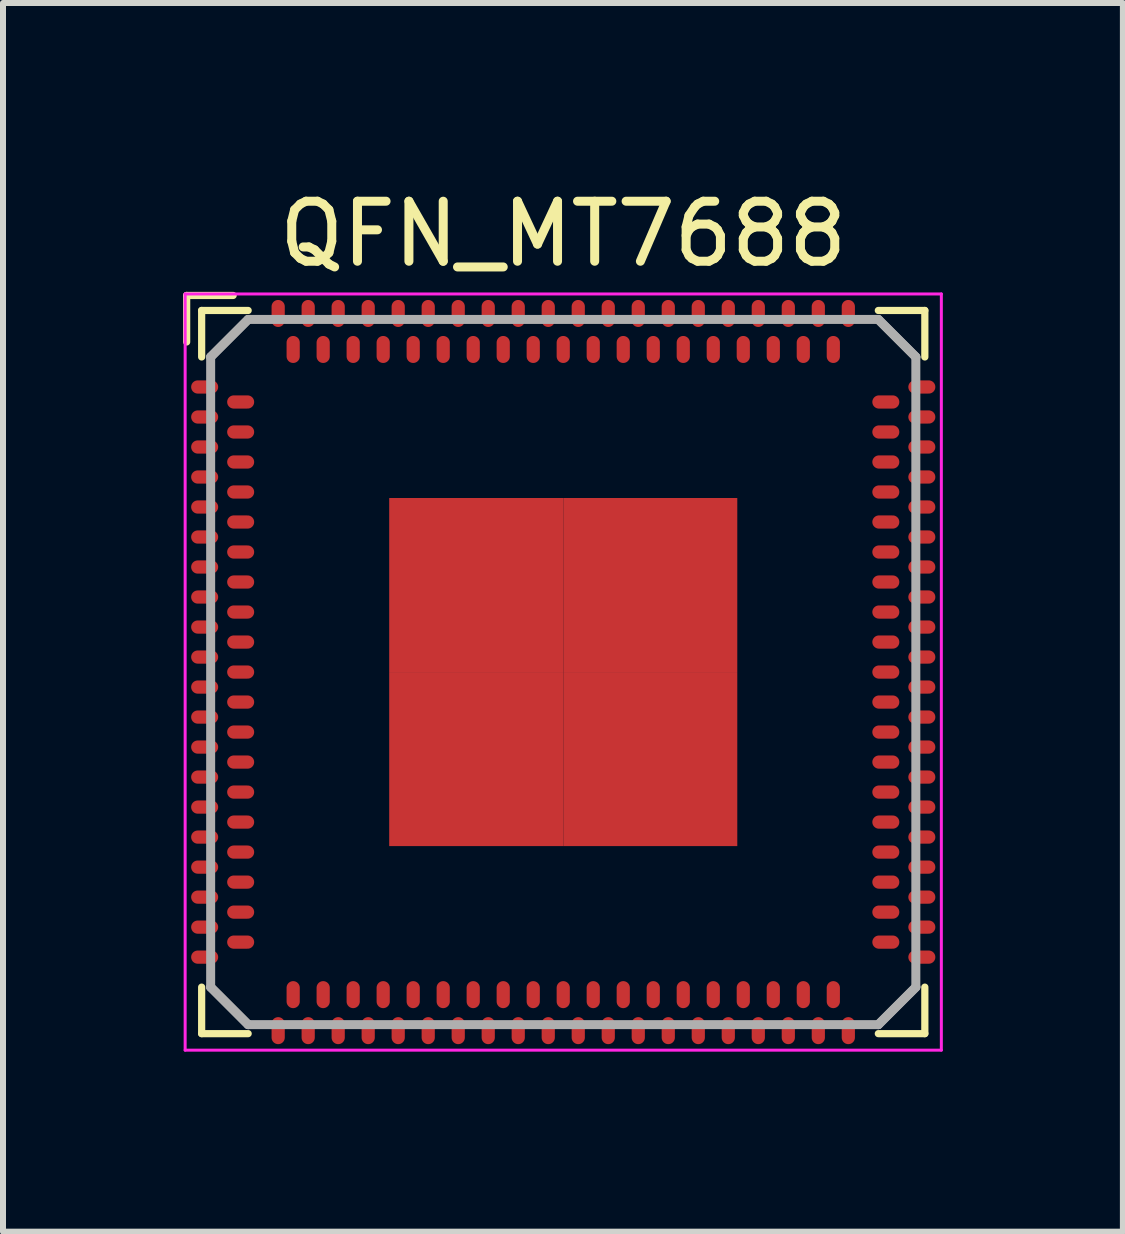
<source format=kicad_pcb>
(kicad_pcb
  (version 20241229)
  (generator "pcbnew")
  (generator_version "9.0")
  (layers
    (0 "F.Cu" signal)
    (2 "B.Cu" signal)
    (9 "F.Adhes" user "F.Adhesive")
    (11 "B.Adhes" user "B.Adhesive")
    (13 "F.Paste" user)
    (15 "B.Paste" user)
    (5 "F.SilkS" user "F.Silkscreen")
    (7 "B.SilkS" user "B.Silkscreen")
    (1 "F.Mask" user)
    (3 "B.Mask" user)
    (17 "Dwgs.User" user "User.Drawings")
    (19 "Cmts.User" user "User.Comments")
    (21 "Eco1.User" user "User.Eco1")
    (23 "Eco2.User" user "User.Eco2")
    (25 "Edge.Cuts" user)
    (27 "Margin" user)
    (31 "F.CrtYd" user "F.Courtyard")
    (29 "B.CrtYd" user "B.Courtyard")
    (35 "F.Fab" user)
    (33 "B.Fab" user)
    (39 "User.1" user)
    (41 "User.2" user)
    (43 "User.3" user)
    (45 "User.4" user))
  (footprint "QFN_MT7688"
    (layer "F.Cu")
    (at 6.335 8.148)
    (property "Reference" "QFN_MT7688" (at 0 -7.3 0) (layer "F.SilkS") (effects (font (size 1 1) (thickness 0.15))))
    (attr smd)
    (fp_line (start -6.275 -6.275) (end -5.5 -6.275) (stroke (width 0.12) (type solid)) (layer "F.SilkS"))
    (fp_line (start -6.275 -5.5) (end -6.275 -6.275) (stroke (width 0.12) (type solid)) (layer "F.SilkS"))
    (fp_line (start -6.025 -6.025) (end -5.25 -6.025) (stroke (width 0.12) (type solid)) (layer "F.SilkS"))
    (fp_line (start -6.025 -5.25) (end -6.025 -6.025) (stroke (width 0.12) (type solid)) (layer "F.SilkS"))
    (fp_line (start -6.025 6.025) (end -6.025 5.25) (stroke (width 0.12) (type solid)) (layer "F.SilkS"))
    (fp_line (start -5.25 6.025) (end -6.025 6.025) (stroke (width 0.12) (type solid)) (layer "F.SilkS"))
    (fp_line (start 5.25 -6.025) (end 6.025 -6.025) (stroke (width 0.12) (type solid)) (layer "F.SilkS"))
    (fp_line (start 5.25 6.025) (end 6.025 6.025) (stroke (width 0.12) (type solid)) (layer "F.SilkS"))
    (fp_line (start 6.025 -6.025) (end 6.025 -5.25) (stroke (width 0.12) (type solid)) (layer "F.SilkS"))
    (fp_line (start 6.025 6.025) (end 6.025 5.25) (stroke (width 0.12) (type solid)) (layer "F.SilkS"))
    (fp_line (start -6.3 -6.3) (end 6.3 -6.3) (stroke (width 0.05) (type solid)) (layer "F.CrtYd"))
    (fp_line (start -6.3 6.3) (end -6.3 -6.3) (stroke (width 0.05) (type solid)) (layer "F.CrtYd"))
    (fp_line (start 6.3 -6.3) (end 6.3 6.3) (stroke (width 0.05) (type solid)) (layer "F.CrtYd"))
    (fp_line (start 6.3 6.3) (end -6.3 6.3) (stroke (width 0.05) (type solid)) (layer "F.CrtYd"))
    (fp_line (start -5.875 -5.25) (end -5.875 5.25) (stroke (width 0.15) (type solid)) (layer "F.Fab"))
    (fp_line (start -5.875 5.25) (end -5.25 5.875) (stroke (width 0.15) (type solid)) (layer "F.Fab"))
    (fp_line (start -5.875 5.25) (end -5.25 5.875) (stroke (width 0.15) (type solid)) (layer "F.Fab"))
    (fp_line (start -5.25 -5.875) (end -5.875 -5.25) (stroke (width 0.15) (type solid)) (layer "F.Fab"))
    (fp_line (start -5.25 -5.875) (end -5.875 -5.25) (stroke (width 0.15) (type solid)) (layer "F.Fab"))
    (fp_line (start -5.25 5.875) (end 5.25 5.875) (stroke (width 0.15) (type solid)) (layer "F.Fab"))
    (fp_line (start 5.25 -5.875) (end -5.25 -5.875) (stroke (width 0.15) (type solid)) (layer "F.Fab"))
    (fp_line (start 5.25 5.875) (end 5.875 5.25) (stroke (width 0.15) (type solid)) (layer "F.Fab"))
    (fp_line (start 5.25 5.875) (end 5.875 5.25) (stroke (width 0.15) (type solid)) (layer "F.Fab"))
    (fp_line (start 5.875 -5.25) (end 5.25 -5.875) (stroke (width 0.15) (type solid)) (layer "F.Fab"))
    (fp_line (start 5.875 -5.25) (end 5.25 -5.875) (stroke (width 0.15) (type solid)) (layer "F.Fab"))
    (fp_line (start 5.875 5.25) (end 5.875 -5.25) (stroke (width 0.15) (type solid)) (layer "F.Fab"))
    (pad "1" smd oval (at -5.975 -4.75 90) (size 0.22 0.45) (layers "F.Cu" "F.Mask" "F.Paste"))
    (pad "2" smd oval (at -5.375 -4.5 90) (size 0.22 0.45) (layers "F.Cu" "F.Mask" "F.Paste"))
    (pad "3" smd oval (at -5.975 -4.25 90) (size 0.22 0.45) (layers "F.Cu" "F.Mask" "F.Paste"))
    (pad "4" smd oval (at -5.375 -4 90) (size 0.22 0.45) (layers "F.Cu" "F.Mask" "F.Paste"))
    (pad "5" smd oval (at -5.975 -3.75 90) (size 0.22 0.45) (layers "F.Cu" "F.Mask" "F.Paste"))
    (pad "6" smd oval (at -5.375 -3.5 90) (size 0.22 0.45) (layers "F.Cu" "F.Mask" "F.Paste"))
    (pad "7" smd oval (at -5.975 -3.25 90) (size 0.22 0.45) (layers "F.Cu" "F.Mask" "F.Paste"))
    (pad "8" smd oval (at -5.375 -3 90) (size 0.22 0.45) (layers "F.Cu" "F.Mask" "F.Paste"))
    (pad "9" smd oval (at -5.975 -2.75 90) (size 0.22 0.45) (layers "F.Cu" "F.Mask" "F.Paste"))
    (pad "10" smd oval (at -5.375 -2.5 90) (size 0.22 0.45) (layers "F.Cu" "F.Mask" "F.Paste"))
    (pad "11" smd oval (at -5.975 -2.25 90) (size 0.22 0.45) (layers "F.Cu" "F.Mask" "F.Paste"))
    (pad "12" smd oval (at -5.375 -2 90) (size 0.22 0.45) (layers "F.Cu" "F.Mask" "F.Paste"))
    (pad "13" smd oval (at -5.975 -1.75 90) (size 0.22 0.45) (layers "F.Cu" "F.Mask" "F.Paste"))
    (pad "14" smd oval (at -5.375 -1.5 90) (size 0.22 0.45) (layers "F.Cu" "F.Mask" "F.Paste"))
    (pad "15" smd oval (at -5.975 -1.25 90) (size 0.22 0.45) (layers "F.Cu" "F.Mask" "F.Paste"))
    (pad "16" smd oval (at -5.375 -1 90) (size 0.22 0.45) (layers "F.Cu" "F.Mask" "F.Paste"))
    (pad "17" smd oval (at -5.975 -0.75 90) (size 0.22 0.45) (layers "F.Cu" "F.Mask" "F.Paste"))
    (pad "18" smd oval (at -5.375 -0.5 90) (size 0.22 0.45) (layers "F.Cu" "F.Mask" "F.Paste"))
    (pad "19" smd oval (at -5.975 -0.25 90) (size 0.22 0.45) (layers "F.Cu" "F.Mask" "F.Paste"))
    (pad "20" smd oval (at -5.375 0 90) (size 0.22 0.45) (layers "F.Cu" "F.Mask" "F.Paste"))
    (pad "21" smd oval (at -5.975 0.25 90) (size 0.22 0.45) (layers "F.Cu" "F.Mask" "F.Paste"))
    (pad "22" smd oval (at -5.375 0.5 90) (size 0.22 0.45) (layers "F.Cu" "F.Mask" "F.Paste"))
    (pad "23" smd oval (at -5.975 0.75 90) (size 0.22 0.45) (layers "F.Cu" "F.Mask" "F.Paste"))
    (pad "24" smd oval (at -5.375 1 90) (size 0.22 0.45) (layers "F.Cu" "F.Mask" "F.Paste"))
    (pad "25" smd oval (at -5.975 1.25 90) (size 0.22 0.45) (layers "F.Cu" "F.Mask" "F.Paste"))
    (pad "26" smd oval (at -5.375 1.5 90) (size 0.22 0.45) (layers "F.Cu" "F.Mask" "F.Paste"))
    (pad "27" smd oval (at -5.975 1.75 90) (size 0.22 0.45) (layers "F.Cu" "F.Mask" "F.Paste"))
    (pad "28" smd oval (at -5.375 2 90) (size 0.22 0.45) (layers "F.Cu" "F.Mask" "F.Paste"))
    (pad "29" smd oval (at -5.975 2.25 90) (size 0.22 0.45) (layers "F.Cu" "F.Mask" "F.Paste"))
    (pad "30" smd oval (at -5.375 2.5 90) (size 0.22 0.45) (layers "F.Cu" "F.Mask" "F.Paste"))
    (pad "31" smd oval (at -5.975 2.75 90) (size 0.22 0.45) (layers "F.Cu" "F.Mask" "F.Paste"))
    (pad "32" smd oval (at -5.375 3 90) (size 0.22 0.45) (layers "F.Cu" "F.Mask" "F.Paste"))
    (pad "33" smd oval (at -5.975 3.25 90) (size 0.22 0.45) (layers "F.Cu" "F.Mask" "F.Paste"))
    (pad "34" smd oval (at -5.375 3.5 90) (size 0.22 0.45) (layers "F.Cu" "F.Mask" "F.Paste"))
    (pad "35" smd oval (at -5.975 3.75 90) (size 0.22 0.45) (layers "F.Cu" "F.Mask" "F.Paste"))
    (pad "36" smd oval (at -5.375 4 90) (size 0.22 0.45) (layers "F.Cu" "F.Mask" "F.Paste"))
    (pad "37" smd oval (at -5.975 4.25 90) (size 0.22 0.45) (layers "F.Cu" "F.Mask" "F.Paste"))
    (pad "38" smd oval (at -5.375 4.5 90) (size 0.22 0.45) (layers "F.Cu" "F.Mask" "F.Paste"))
    (pad "39" smd oval (at -5.975 4.75 90) (size 0.22 0.45) (layers "F.Cu" "F.Mask" "F.Paste"))
    (pad "40" smd oval (at -4.75 5.975) (size 0.22 0.45) (layers "F.Cu" "F.Mask" "F.Paste"))
    (pad "41" smd oval (at -4.5 5.375) (size 0.22 0.45) (layers "F.Cu" "F.Mask" "F.Paste"))
    (pad "42" smd oval (at -4.25 5.975) (size 0.22 0.45) (layers "F.Cu" "F.Mask" "F.Paste"))
    (pad "43" smd oval (at -4 5.375) (size 0.22 0.45) (layers "F.Cu" "F.Mask" "F.Paste"))
    (pad "44" smd oval (at -3.75 5.975) (size 0.22 0.45) (layers "F.Cu" "F.Mask" "F.Paste"))
    (pad "45" smd oval (at -3.5 5.375) (size 0.22 0.45) (layers "F.Cu" "F.Mask" "F.Paste"))
    (pad "46" smd oval (at -3.25 5.975) (size 0.22 0.45) (layers "F.Cu" "F.Mask" "F.Paste"))
    (pad "47" smd oval (at -3 5.375) (size 0.22 0.45) (layers "F.Cu" "F.Mask" "F.Paste"))
    (pad "48" smd oval (at -2.75 5.975) (size 0.22 0.45) (layers "F.Cu" "F.Mask" "F.Paste"))
    (pad "49" smd oval (at -2.5 5.375) (size 0.22 0.45) (layers "F.Cu" "F.Mask" "F.Paste"))
    (pad "50" smd oval (at -2.25 5.975) (size 0.22 0.45) (layers "F.Cu" "F.Mask" "F.Paste"))
    (pad "51" smd oval (at -2 5.375) (size 0.22 0.45) (layers "F.Cu" "F.Mask" "F.Paste"))
    (pad "52" smd oval (at -1.75 5.975) (size 0.22 0.45) (layers "F.Cu" "F.Mask" "F.Paste"))
    (pad "53" smd oval (at -1.5 5.375) (size 0.22 0.45) (layers "F.Cu" "F.Mask" "F.Paste"))
    (pad "54" smd oval (at -1.25 5.975) (size 0.22 0.45) (layers "F.Cu" "F.Mask" "F.Paste"))
    (pad "55" smd oval (at -1 5.375) (size 0.22 0.45) (layers "F.Cu" "F.Mask" "F.Paste"))
    (pad "56" smd oval (at -0.75 5.975) (size 0.22 0.45) (layers "F.Cu" "F.Mask" "F.Paste"))
    (pad "57" smd oval (at -0.5 5.375) (size 0.22 0.45) (layers "F.Cu" "F.Mask" "F.Paste"))
    (pad "58" smd oval (at -0.25 5.975) (size 0.22 0.45) (layers "F.Cu" "F.Mask" "F.Paste"))
    (pad "59" smd oval (at 0 5.375) (size 0.22 0.45) (layers "F.Cu" "F.Mask" "F.Paste"))
    (pad "60" smd oval (at 0.25 5.975) (size 0.22 0.45) (layers "F.Cu" "F.Mask" "F.Paste"))
    (pad "61" smd oval (at 0.5 5.375) (size 0.22 0.45) (layers "F.Cu" "F.Mask" "F.Paste"))
    (pad "62" smd oval (at 0.75 5.975) (size 0.22 0.45) (layers "F.Cu" "F.Mask" "F.Paste"))
    (pad "63" smd oval (at 1 5.375) (size 0.22 0.45) (layers "F.Cu" "F.Mask" "F.Paste"))
    (pad "64" smd oval (at 1.25 5.975) (size 0.22 0.45) (layers "F.Cu" "F.Mask" "F.Paste"))
    (pad "65" smd oval (at 1.5 5.375) (size 0.22 0.45) (layers "F.Cu" "F.Mask" "F.Paste"))
    (pad "66" smd oval (at 1.75 5.975) (size 0.22 0.45) (layers "F.Cu" "F.Mask" "F.Paste"))
    (pad "67" smd oval (at 2 5.375) (size 0.22 0.45) (layers "F.Cu" "F.Mask" "F.Paste"))
    (pad "68" smd oval (at 2.25 5.975) (size 0.22 0.45) (layers "F.Cu" "F.Mask" "F.Paste"))
    (pad "69" smd oval (at 2.5 5.375) (size 0.22 0.45) (layers "F.Cu" "F.Mask" "F.Paste"))
    (pad "70" smd oval (at 2.75 5.975) (size 0.22 0.45) (layers "F.Cu" "F.Mask" "F.Paste"))
    (pad "71" smd oval (at 3 5.375) (size 0.22 0.45) (layers "F.Cu" "F.Mask" "F.Paste"))
    (pad "72" smd oval (at 3.25 5.975) (size 0.22 0.45) (layers "F.Cu" "F.Mask" "F.Paste"))
    (pad "73" smd oval (at 3.5 5.375) (size 0.22 0.45) (layers "F.Cu" "F.Mask" "F.Paste"))
    (pad "74" smd oval (at 3.75 5.975) (size 0.22 0.45) (layers "F.Cu" "F.Mask" "F.Paste"))
    (pad "75" smd oval (at 4 5.375) (size 0.22 0.45) (layers "F.Cu" "F.Mask" "F.Paste"))
    (pad "76" smd oval (at 4.25 5.975) (size 0.22 0.45) (layers "F.Cu" "F.Mask" "F.Paste"))
    (pad "77" smd oval (at 4.5 5.375) (size 0.22 0.45) (layers "F.Cu" "F.Mask" "F.Paste"))
    (pad "78" smd oval (at 4.75 5.975) (size 0.22 0.45) (layers "F.Cu" "F.Mask" "F.Paste"))
    (pad "79" smd oval (at 5.975 4.75 90) (size 0.22 0.45) (layers "F.Cu" "F.Mask" "F.Paste"))
    (pad "80" smd oval (at 5.375 4.5 90) (size 0.22 0.45) (layers "F.Cu" "F.Mask" "F.Paste"))
    (pad "81" smd oval (at 5.975 4.25 90) (size 0.22 0.45) (layers "F.Cu" "F.Mask" "F.Paste"))
    (pad "82" smd oval (at 5.375 4 90) (size 0.22 0.45) (layers "F.Cu" "F.Mask" "F.Paste"))
    (pad "83" smd oval (at 5.975 3.75 90) (size 0.22 0.45) (layers "F.Cu" "F.Mask" "F.Paste"))
    (pad "84" smd oval (at 5.375 3.5 90) (size 0.22 0.45) (layers "F.Cu" "F.Mask" "F.Paste"))
    (pad "85" smd oval (at 5.975 3.25 90) (size 0.22 0.45) (layers "F.Cu" "F.Mask" "F.Paste"))
    (pad "86" smd oval (at 5.375 3 90) (size 0.22 0.45) (layers "F.Cu" "F.Mask" "F.Paste"))
    (pad "87" smd oval (at 5.975 2.75 90) (size 0.22 0.45) (layers "F.Cu" "F.Mask" "F.Paste"))
    (pad "88" smd oval (at 5.375 2.5 90) (size 0.22 0.45) (layers "F.Cu" "F.Mask" "F.Paste"))
    (pad "89" smd oval (at 5.975 2.25 90) (size 0.22 0.45) (layers "F.Cu" "F.Mask" "F.Paste"))
    (pad "90" smd oval (at 5.375 2 90) (size 0.22 0.45) (layers "F.Cu" "F.Mask" "F.Paste"))
    (pad "91" smd oval (at 5.975 1.75 90) (size 0.22 0.45) (layers "F.Cu" "F.Mask" "F.Paste"))
    (pad "92" smd oval (at 5.375 1.5 90) (size 0.22 0.45) (layers "F.Cu" "F.Mask" "F.Paste"))
    (pad "93" smd oval (at 5.975 1.25 90) (size 0.22 0.45) (layers "F.Cu" "F.Mask" "F.Paste"))
    (pad "94" smd oval (at 5.375 1 90) (size 0.22 0.45) (layers "F.Cu" "F.Mask" "F.Paste"))
    (pad "95" smd oval (at 5.975 0.75 90) (size 0.22 0.45) (layers "F.Cu" "F.Mask" "F.Paste"))
    (pad "96" smd oval (at 5.375 0.5 90) (size 0.22 0.45) (layers "F.Cu" "F.Mask" "F.Paste"))
    (pad "97" smd oval (at 5.975 0.25 90) (size 0.22 0.45) (layers "F.Cu" "F.Mask" "F.Paste"))
    (pad "98" smd oval (at 5.375 0 90) (size 0.22 0.45) (layers "F.Cu" "F.Mask" "F.Paste"))
    (pad "99" smd oval (at 5.975 -0.25 90) (size 0.22 0.45) (layers "F.Cu" "F.Mask" "F.Paste"))
    (pad "100" smd oval (at 5.375 -0.5 90) (size 0.22 0.45) (layers "F.Cu" "F.Mask" "F.Paste"))
    (pad "101" smd oval (at 5.975 -0.75 90) (size 0.22 0.45) (layers "F.Cu" "F.Mask" "F.Paste"))
    (pad "102" smd oval (at 5.375 -1 90) (size 0.22 0.45) (layers "F.Cu" "F.Mask" "F.Paste"))
    (pad "103" smd oval (at 5.975 -1.25 90) (size 0.22 0.45) (layers "F.Cu" "F.Mask" "F.Paste"))
    (pad "104" smd oval (at 5.375 -1.5 90) (size 0.22 0.45) (layers "F.Cu" "F.Mask" "F.Paste"))
    (pad "105" smd oval (at 5.975 -1.75 90) (size 0.22 0.45) (layers "F.Cu" "F.Mask" "F.Paste"))
    (pad "106" smd oval (at 5.375 -2 90) (size 0.22 0.45) (layers "F.Cu" "F.Mask" "F.Paste"))
    (pad "107" smd oval (at 5.975 -2.25 90) (size 0.22 0.45) (layers "F.Cu" "F.Mask" "F.Paste"))
    (pad "108" smd oval (at 5.375 -2.5 90) (size 0.22 0.45) (layers "F.Cu" "F.Mask" "F.Paste"))
    (pad "109" smd oval (at 5.975 -2.75 90) (size 0.22 0.45) (layers "F.Cu" "F.Mask" "F.Paste"))
    (pad "110" smd oval (at 5.375 -3 90) (size 0.22 0.45) (layers "F.Cu" "F.Mask" "F.Paste"))
    (pad "111" smd oval (at 5.975 -3.25 90) (size 0.22 0.45) (layers "F.Cu" "F.Mask" "F.Paste"))
    (pad "112" smd oval (at 5.375 -3.5 90) (size 0.22 0.45) (layers "F.Cu" "F.Mask" "F.Paste"))
    (pad "113" smd oval (at 5.975 -3.75 90) (size 0.22 0.45) (layers "F.Cu" "F.Mask" "F.Paste"))
    (pad "114" smd oval (at 5.375 -4 90) (size 0.22 0.45) (layers "F.Cu" "F.Mask" "F.Paste"))
    (pad "115" smd oval (at 5.975 -4.25 90) (size 0.22 0.45) (layers "F.Cu" "F.Mask" "F.Paste"))
    (pad "116" smd oval (at 5.375 -4.5 90) (size 0.22 0.45) (layers "F.Cu" "F.Mask" "F.Paste"))
    (pad "117" smd oval (at 5.975 -4.75 90) (size 0.22 0.45) (layers "F.Cu" "F.Mask" "F.Paste"))
    (pad "118" smd oval (at 4.75 -5.975) (size 0.22 0.45) (layers "F.Cu" "F.Mask" "F.Paste"))
    (pad "119" smd oval (at 4.5 -5.375) (size 0.22 0.45) (layers "F.Cu" "F.Mask" "F.Paste"))
    (pad "120" smd oval (at 4.25 -5.975) (size 0.22 0.45) (layers "F.Cu" "F.Mask" "F.Paste"))
    (pad "121" smd oval (at 4 -5.375) (size 0.22 0.45) (layers "F.Cu" "F.Mask" "F.Paste"))
    (pad "122" smd oval (at 3.75 -5.975) (size 0.22 0.45) (layers "F.Cu" "F.Mask" "F.Paste"))
    (pad "123" smd oval (at 3.5 -5.375) (size 0.22 0.45) (layers "F.Cu" "F.Mask" "F.Paste"))
    (pad "124" smd oval (at 3.25 -5.975) (size 0.22 0.45) (layers "F.Cu" "F.Mask" "F.Paste"))
    (pad "125" smd oval (at 3 -5.375) (size 0.22 0.45) (layers "F.Cu" "F.Mask" "F.Paste"))
    (pad "126" smd oval (at 2.75 -5.975) (size 0.22 0.45) (layers "F.Cu" "F.Mask" "F.Paste"))
    (pad "127" smd oval (at 2.5 -5.375) (size 0.22 0.45) (layers "F.Cu" "F.Mask" "F.Paste"))
    (pad "128" smd oval (at 2.25 -5.975) (size 0.22 0.45) (layers "F.Cu" "F.Mask" "F.Paste"))
    (pad "129" smd oval (at 2 -5.375) (size 0.22 0.45) (layers "F.Cu" "F.Mask" "F.Paste"))
    (pad "130" smd oval (at 1.75 -5.975) (size 0.22 0.45) (layers "F.Cu" "F.Mask" "F.Paste"))
    (pad "131" smd oval (at 1.5 -5.375) (size 0.22 0.45) (layers "F.Cu" "F.Mask" "F.Paste"))
    (pad "132" smd oval (at 1.25 -5.975) (size 0.22 0.45) (layers "F.Cu" "F.Mask" "F.Paste"))
    (pad "133" smd oval (at 1 -5.375) (size 0.22 0.45) (layers "F.Cu" "F.Mask" "F.Paste"))
    (pad "134" smd oval (at 0.75 -5.975) (size 0.22 0.45) (layers "F.Cu" "F.Mask" "F.Paste"))
    (pad "135" smd oval (at 0.5 -5.375) (size 0.22 0.45) (layers "F.Cu" "F.Mask" "F.Paste"))
    (pad "136" smd oval (at 0.25 -5.975) (size 0.22 0.45) (layers "F.Cu" "F.Mask" "F.Paste"))
    (pad "137" smd oval (at 0 -5.375) (size 0.22 0.45) (layers "F.Cu" "F.Mask" "F.Paste"))
    (pad "138" smd oval (at -0.25 -5.975) (size 0.22 0.45) (layers "F.Cu" "F.Mask" "F.Paste"))
    (pad "139" smd oval (at -0.5 -5.375) (size 0.22 0.45) (layers "F.Cu" "F.Mask" "F.Paste"))
    (pad "140" smd oval (at -0.75 -5.975) (size 0.22 0.45) (layers "F.Cu" "F.Mask" "F.Paste"))
    (pad "141" smd oval (at -1 -5.375) (size 0.22 0.45) (layers "F.Cu" "F.Mask" "F.Paste"))
    (pad "142" smd oval (at -1.25 -5.975) (size 0.22 0.45) (layers "F.Cu" "F.Mask" "F.Paste"))
    (pad "143" smd oval (at -1.5 -5.375) (size 0.22 0.45) (layers "F.Cu" "F.Mask" "F.Paste"))
    (pad "144" smd oval (at -1.75 -5.975) (size 0.22 0.45) (layers "F.Cu" "F.Mask" "F.Paste"))
    (pad "145" smd oval (at -2 -5.375) (size 0.22 0.45) (layers "F.Cu" "F.Mask" "F.Paste"))
    (pad "146" smd oval (at -2.25 -5.975) (size 0.22 0.45) (layers "F.Cu" "F.Mask" "F.Paste"))
    (pad "147" smd oval (at -2.5 -5.375) (size 0.22 0.45) (layers "F.Cu" "F.Mask" "F.Paste"))
    (pad "148" smd oval (at -2.75 -5.975) (size 0.22 0.45) (layers "F.Cu" "F.Mask" "F.Paste"))
    (pad "149" smd oval (at -3 -5.375) (size 0.22 0.45) (layers "F.Cu" "F.Mask" "F.Paste"))
    (pad "150" smd oval (at -3.25 -5.975) (size 0.22 0.45) (layers "F.Cu" "F.Mask" "F.Paste"))
    (pad "151" smd oval (at -3.5 -5.375) (size 0.22 0.45) (layers "F.Cu" "F.Mask" "F.Paste"))
    (pad "152" smd oval (at -3.75 -5.975) (size 0.22 0.45) (layers "F.Cu" "F.Mask" "F.Paste"))
    (pad "153" smd oval (at -4 -5.375) (size 0.22 0.45) (layers "F.Cu" "F.Mask" "F.Paste"))
    (pad "154" smd oval (at -4.25 -5.975) (size 0.22 0.45) (layers "F.Cu" "F.Mask" "F.Paste"))
    (pad "155" smd oval (at -4.5 -5.375) (size 0.22 0.45) (layers "F.Cu" "F.Mask" "F.Paste"))
    (pad "156" smd oval (at -4.75 -5.975) (size 0.22 0.45) (layers "F.Cu" "F.Mask" "F.Paste"))
    (pad "GND" smd rect (at -1.45 -1.45) (size 2.9 2.9) (layers "F.Cu" "F.Mask" "F.Paste"))
    (pad "GND" smd rect (at -1.45 1.45) (size 2.9 2.9) (layers "F.Cu" "F.Mask" "F.Paste"))
    (pad "GND" smd rect (at 1.45 -1.45) (size 2.9 2.9) (layers "F.Cu" "F.Mask" "F.Paste"))
    (pad "GND" smd rect (at 1.45 1.45) (size 2.9 2.9) (layers "F.Cu" "F.Mask" "F.Paste")))
  (gr_rect
    (start -3 -3)
    (end 15.66 17.473)
    (stroke (width 0.1) (type default))
    (fill no)
    (layer "Edge.Cuts")))
</source>
